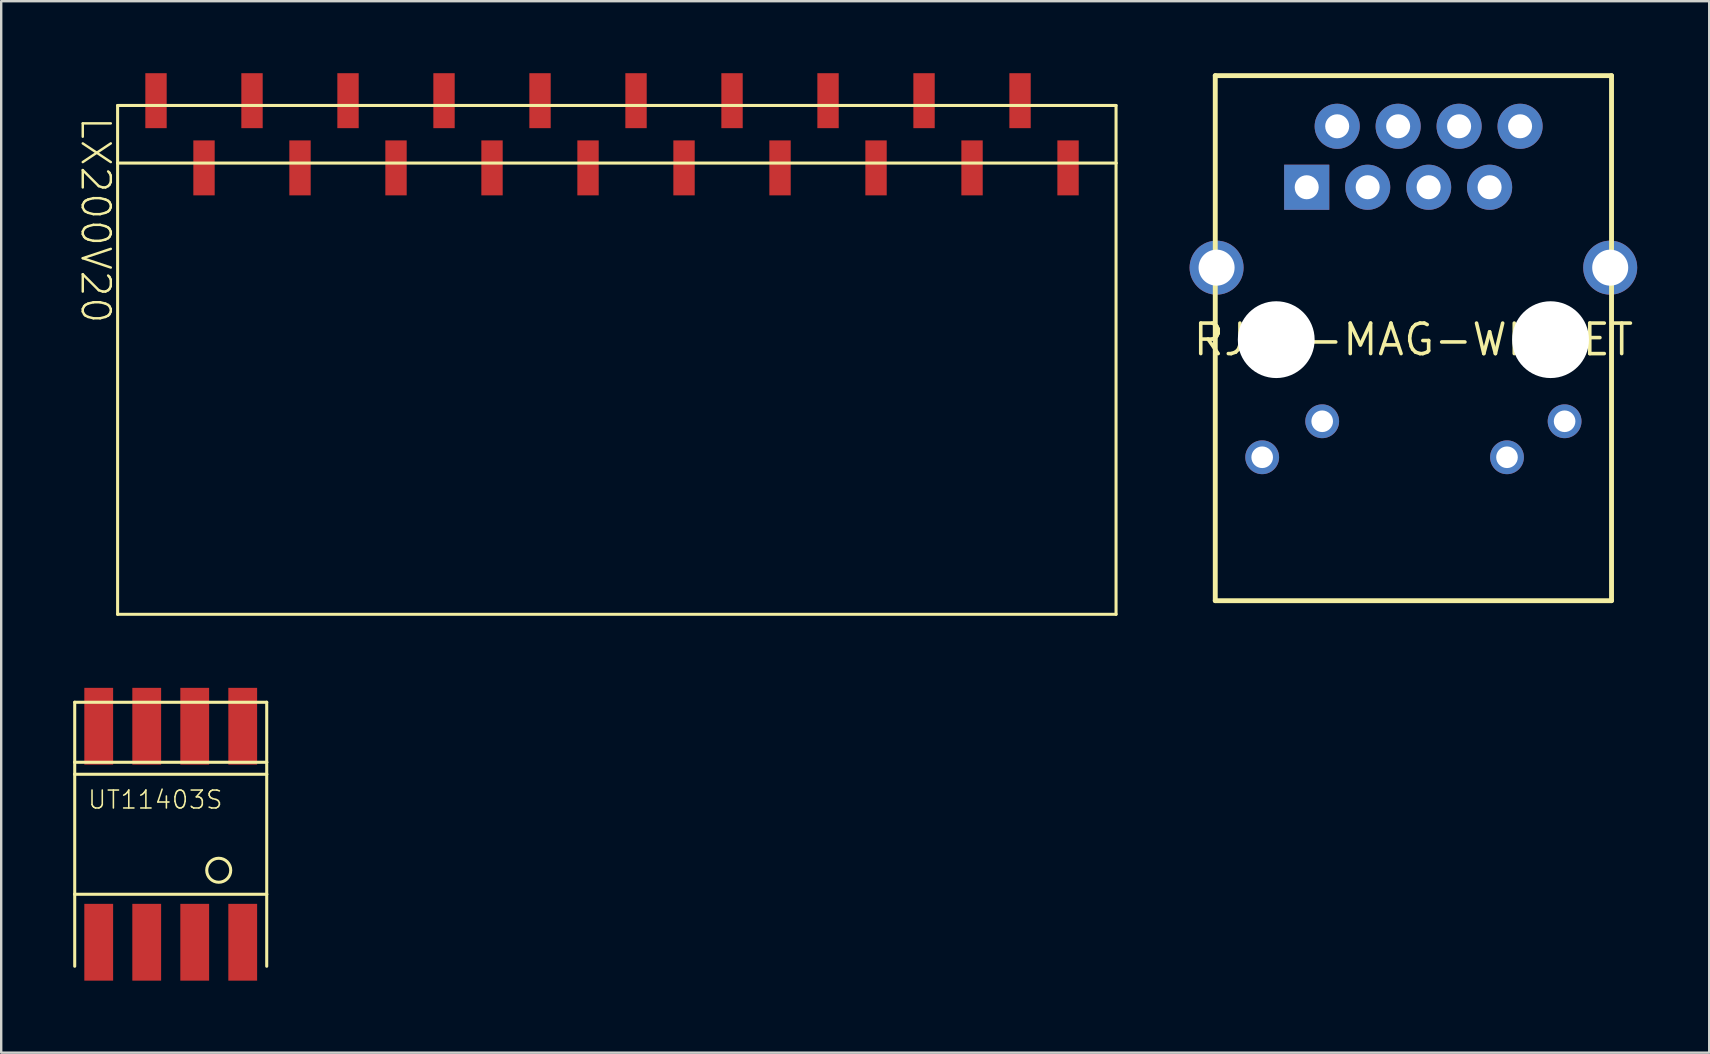
<source format=kicad_pcb>
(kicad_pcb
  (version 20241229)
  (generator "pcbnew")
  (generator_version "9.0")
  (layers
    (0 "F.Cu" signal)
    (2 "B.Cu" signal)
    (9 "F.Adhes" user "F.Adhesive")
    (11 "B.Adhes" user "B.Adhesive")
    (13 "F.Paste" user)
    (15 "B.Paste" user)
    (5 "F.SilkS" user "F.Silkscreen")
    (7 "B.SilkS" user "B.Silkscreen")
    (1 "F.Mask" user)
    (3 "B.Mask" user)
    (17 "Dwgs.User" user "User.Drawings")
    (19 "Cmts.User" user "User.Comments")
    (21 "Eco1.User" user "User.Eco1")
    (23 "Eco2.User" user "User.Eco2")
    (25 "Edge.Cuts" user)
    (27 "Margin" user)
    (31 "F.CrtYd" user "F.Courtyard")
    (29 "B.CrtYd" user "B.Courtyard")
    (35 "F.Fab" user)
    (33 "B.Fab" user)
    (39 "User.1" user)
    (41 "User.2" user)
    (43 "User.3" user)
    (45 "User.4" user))
  (footprint "LX200V20"
    (layer "F.Cu")
    (at 3.45 2.545)
    (property "Reference" "LX200V20" (at -3.2 -0.8 270) (unlocked yes) (layer "F.SilkS") (effects (font (size 1.168 1.168) (thickness 0.102)) (justify left bottom)))
    (fp_line (start -1.6 -1.2) (end 40 -1.2) (stroke (width 0.127) (type solid)) (layer "F.SilkS"))
    (fp_line (start -1.6 1.2) (end -1.6 -1.2) (stroke (width 0.127) (type solid)) (layer "F.SilkS"))
    (fp_line (start -1.6 20) (end -1.6 1.2) (stroke (width 0.127) (type solid)) (layer "F.SilkS"))
    (fp_line (start 40 -1.2) (end 40 1.2) (stroke (width 0.127) (type solid)) (layer "F.SilkS"))
    (fp_line (start 40 1.2) (end -1.6 1.2) (stroke (width 0.127) (type solid)) (layer "F.SilkS"))
    (fp_line (start 40 1.2) (end 40 20) (stroke (width 0.127) (type solid)) (layer "F.SilkS"))
    (fp_line (start 40 20) (end -1.6 20) (stroke (width 0.127) (type solid)) (layer "F.SilkS"))
    (pad "1" smd rect (at 0 -1.4 90) (size 2.29 0.89) (layers "F.Cu" "F.Mask" "F.Paste"))
    (pad "2" smd rect (at 2 1.4 90) (size 2.29 0.89) (layers "F.Cu" "F.Mask" "F.Paste"))
    (pad "3" smd rect (at 4 -1.4 90) (size 2.29 0.89) (layers "F.Cu" "F.Mask" "F.Paste"))
    (pad "4" smd rect (at 6 1.4 90) (size 2.29 0.89) (layers "F.Cu" "F.Mask" "F.Paste"))
    (pad "5" smd rect (at 8 -1.4 90) (size 2.29 0.89) (layers "F.Cu" "F.Mask" "F.Paste"))
    (pad "6" smd rect (at 10 1.4 90) (size 2.29 0.89) (layers "F.Cu" "F.Mask" "F.Paste"))
    (pad "7" smd rect (at 12 -1.4 90) (size 2.29 0.89) (layers "F.Cu" "F.Mask" "F.Paste"))
    (pad "8" smd rect (at 14 1.4 90) (size 2.29 0.89) (layers "F.Cu" "F.Mask" "F.Paste"))
    (pad "9" smd rect (at 16 -1.4 90) (size 2.29 0.89) (layers "F.Cu" "F.Mask" "F.Paste"))
    (pad "10" smd rect (at 18 1.4 90) (size 2.29 0.89) (layers "F.Cu" "F.Mask" "F.Paste"))
    (pad "11" smd rect (at 20 -1.4 90) (size 2.29 0.89) (layers "F.Cu" "F.Mask" "F.Paste"))
    (pad "12" smd rect (at 22 1.4 90) (size 2.29 0.89) (layers "F.Cu" "F.Mask" "F.Paste"))
    (pad "13" smd rect (at 24 -1.4 90) (size 2.29 0.89) (layers "F.Cu" "F.Mask" "F.Paste"))
    (pad "14" smd rect (at 26 1.4 90) (size 2.29 0.89) (layers "F.Cu" "F.Mask" "F.Paste"))
    (pad "15" smd rect (at 28 -1.4 90) (size 2.29 0.89) (layers "F.Cu" "F.Mask" "F.Paste"))
    (pad "16" smd rect (at 30 1.4 90) (size 2.29 0.89) (layers "F.Cu" "F.Mask" "F.Paste"))
    (pad "17" smd rect (at 32 -1.4 90) (size 2.29 0.89) (layers "F.Cu" "F.Mask" "F.Paste"))
    (pad "18" smd rect (at 34 1.4 90) (size 2.29 0.89) (layers "F.Cu" "F.Mask" "F.Paste"))
    (pad "19" smd rect (at 36 -1.4 90) (size 2.29 0.89) (layers "F.Cu" "F.Mask" "F.Paste"))
    (pad "20" smd rect (at 38 1.4 90) (size 2.29 0.89) (layers "F.Cu" "F.Mask" "F.Paste")))
  (footprint "RJ45-MAG-WIZNET"
    (layer "F.Cu")
    (at 55.839 11.102)
    (property "Reference" "RJ45-MAG-WIZNET" (at 0 0 0) (layer "F.SilkS") (effects (font (size 1.27 1.27) (thickness 0.15))))
    (fp_line (start -8.255 -11) (end 8.255 -11) (stroke (width 0.203) (type solid)) (layer "F.SilkS"))
    (fp_line (start -8.255 10.875) (end -8.255 -11) (stroke (width 0.203) (type solid)) (layer "F.SilkS"))
    (fp_line (start -8.255 10.875) (end 8.255 10.875) (stroke (width 0.203) (type solid)) (layer "F.SilkS"))
    (fp_line (start 8.255 -11) (end 8.255 10.875) (stroke (width 0.203) (type solid)) (layer "F.SilkS"))
    (pad "" np_thru_hole circle (at -5.715 0) (size 3.2 3.2) (drill 3.2) (layers "*.Cu" "*.Mask"))
    (pad "" np_thru_hole circle (at 5.715 0) (size 3.2 3.2) (drill 3.2) (layers "*.Cu" "*.Mask"))
    (pad "1" thru_hole rect (at -4.445 -6.35) (size 1.88 1.88) (drill 1) (layers "*.Cu" "*.Mask"))
    (pad "2" thru_hole circle (at -3.175 -8.89) (size 1.88 1.88) (drill 1) (layers "*.Cu" "*.Mask"))
    (pad "3" thru_hole circle (at -1.905 -6.35) (size 1.88 1.88) (drill 1) (layers "*.Cu" "*.Mask"))
    (pad "4" thru_hole circle (at -0.635 -8.89) (size 1.88 1.88) (drill 1) (layers "*.Cu" "*.Mask"))
    (pad "5" thru_hole circle (at 0.635 -6.35) (size 1.88 1.88) (drill 1) (layers "*.Cu" "*.Mask"))
    (pad "6" thru_hole circle (at 1.905 -8.89) (size 1.88 1.88) (drill 1) (layers "*.Cu" "*.Mask"))
    (pad "7" thru_hole circle (at 3.175 -6.35) (size 1.88 1.88) (drill 1) (layers "*.Cu" "*.Mask"))
    (pad "8" thru_hole circle (at 4.445 -8.89) (size 1.88 1.88) (drill 1) (layers "*.Cu" "*.Mask"))
    (pad "L1" thru_hole circle (at 6.3 3.4) (size 1.408 1.408) (drill 0.9) (layers "*.Cu" "*.Mask"))
    (pad "L2" thru_hole circle (at 3.9 4.9) (size 1.408 1.408) (drill 0.9) (layers "*.Cu" "*.Mask"))
    (pad "L3" thru_hole circle (at -3.8 3.4) (size 1.408 1.408) (drill 0.9) (layers "*.Cu" "*.Mask"))
    (pad "L4" thru_hole circle (at -6.3 4.9) (size 1.408 1.408) (drill 0.9) (layers "*.Cu" "*.Mask"))
    (pad "SHIELD0" thru_hole circle (at -8.2 -3) (size 2.25 2.25) (drill 1.5) (layers "*.Cu" "*.Mask"))
    (pad "SHIELD1" thru_hole circle (at 8.2 -3) (size 2.25 2.25) (drill 1.5) (layers "*.Cu" "*.Mask")))
  (footprint "UT11403S"
    (layer "F.Cu")
    (at 1.063 36.209)
    (property "Reference" "UT11403S" (at -0.5 -5.5 0) (unlocked yes) (layer "F.SilkS") (effects (font (size 0.748 0.748) (thickness 0.065)) (justify left bottom)))
    (fp_line (start -1 -10) (end 7 -10) (stroke (width 0.127) (type solid)) (layer "F.SilkS"))
    (fp_line (start -1 -7.5) (end -1 -10) (stroke (width 0.127) (type solid)) (layer "F.SilkS"))
    (fp_line (start -1 -7.5) (end 7 -7.5) (stroke (width 0.127) (type solid)) (layer "F.SilkS"))
    (fp_line (start -1 -7) (end -1 -7.5) (stroke (width 0.127) (type solid)) (layer "F.SilkS"))
    (fp_line (start -1 -7) (end 7 -7) (stroke (width 0.127) (type solid)) (layer "F.SilkS"))
    (fp_line (start -1 -2) (end -1 -7) (stroke (width 0.127) (type solid)) (layer "F.SilkS"))
    (fp_line (start -1 -2) (end 7 -2) (stroke (width 0.127) (type solid)) (layer "F.SilkS"))
    (fp_line (start -1 1) (end -1 -2) (stroke (width 0.127) (type solid)) (layer "F.SilkS"))
    (fp_line (start 7 -10) (end 7 -7.5) (stroke (width 0.127) (type solid)) (layer "F.SilkS"))
    (fp_line (start 7 -7.5) (end 7 -7) (stroke (width 0.127) (type solid)) (layer "F.SilkS"))
    (fp_line (start 7 -7) (end 7 -2) (stroke (width 0.127) (type solid)) (layer "F.SilkS"))
    (fp_line (start 7 -2) (end 7 1) (stroke (width 0.127) (type solid)) (layer "F.SilkS"))
    (fp_circle (center 5 -3) (end 5.5 -3) (stroke (width 0.127) (type solid)) (fill no) (layer "F.SilkS"))
    (pad "NC0" smd rect (at 4 -9 90) (size 3.2 1.2) (layers "F.Cu" "F.Mask" "F.Paste"))
    (pad "NC1" smd rect (at 2 -9 90) (size 3.2 1.2) (layers "F.Cu" "F.Mask" "F.Paste"))
    (pad "PL_L" smd rect (at 0 -9 90) (size 3.2 1.2) (layers "F.Cu" "F.Mask" "F.Paste"))
    (pad "PL_N" smd rect (at 6 -9 90) (size 3.2 1.2) (layers "F.Cu" "F.Mask" "F.Paste"))
    (pad "RX+" smd rect (at 6 0 90) (size 3.2 1.2) (layers "F.Cu" "F.Mask" "F.Paste"))
    (pad "RX-" smd rect (at 0 0 90) (size 3.2 1.2) (layers "F.Cu" "F.Mask" "F.Paste"))
    (pad "TX+" smd rect (at 2 0 90) (size 3.2 1.2) (layers "F.Cu" "F.Mask" "F.Paste"))
    (pad "TX-" smd rect (at 4 0 90) (size 3.2 1.2) (layers "F.Cu" "F.Mask" "F.Paste")))
  (gr_rect
    (start -3 -3)
    (end 68.164 40.809)
    (stroke (width 0.1) (type default))
    (fill no)
    (layer "Edge.Cuts")))
</source>
